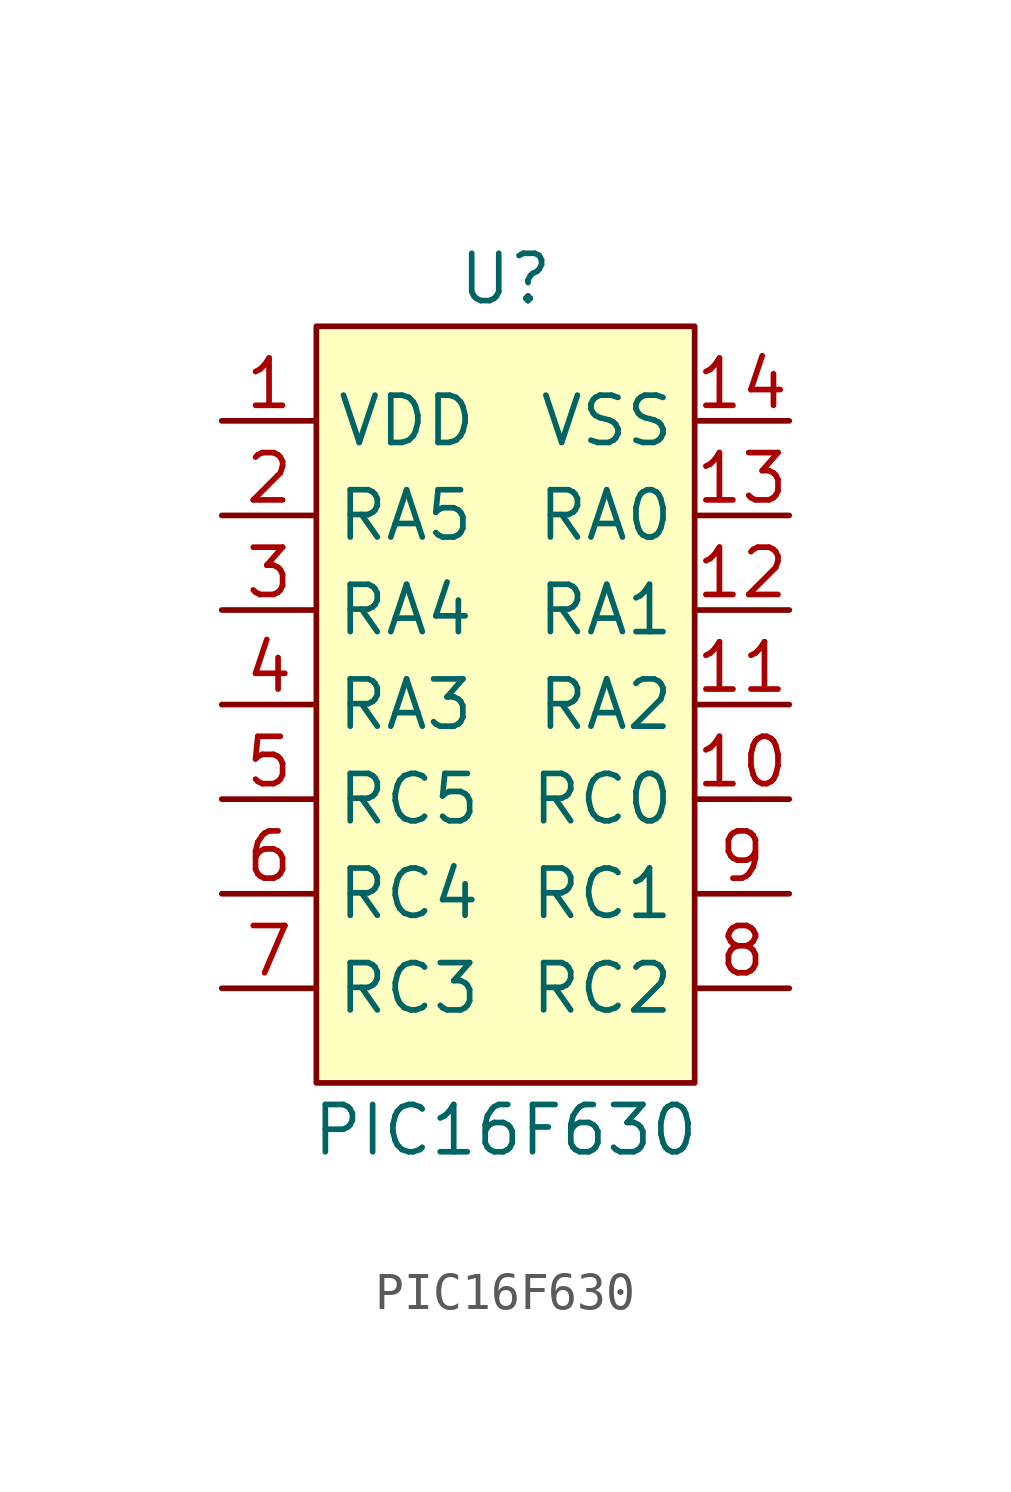
<source format=kicad_sym>
(kicad_symbol_lib
  (version 20211014)
  (generator kicad_symbol_editor)
  (symbol "PIC16F630"
    (property "Reference" "U"
      (at 0 11.43 0)
      (effects (font (size 1.27 1.27))))
    (property "Value" "PIC16F630"
      (at 0 -11.43 0)
      (effects (font (size 1.27 1.27))))
    (symbol "PIC16F630_0_1"
      (rectangle (start -5.08 10.16) (end 5.08 -10.16) (stroke (width 0) (type default) (color 0 0 0 0)) (fill (type background))))
    (symbol "PIC16F630_1_1"
      (pin power_in line (at -7.62 7.62 0) (length 2.54) (name "VDD" (effects (font (size 1.27 1.27)))) (number "1" (effects (font (size 1.27 1.27)))))
      (pin bidirectional line (at 7.62 -2.54 180) (length 2.54) (name "RC0" (effects (font (size 1.27 1.27)))) (number "10" (effects (font (size 1.27 1.27)))))
      (pin bidirectional line (at 7.62 0 180) (length 2.54) (name "RA2" (effects (font (size 1.27 1.27)))) (number "11" (effects (font (size 1.27 1.27)))))
      (pin bidirectional line (at 7.62 2.54 180) (length 2.54) (name "RA1" (effects (font (size 1.27 1.27)))) (number "12" (effects (font (size 1.27 1.27)))))
      (pin bidirectional line (at 7.62 5.08 180) (length 2.54) (name "RA0" (effects (font (size 1.27 1.27)))) (number "13" (effects (font (size 1.27 1.27)))))
      (pin power_in line (at 7.62 7.62 180) (length 2.54) (name "VSS" (effects (font (size 1.27 1.27)))) (number "14" (effects (font (size 1.27 1.27)))))
      (pin bidirectional line (at -7.62 5.08 0) (length 2.54) (name "RA5" (effects (font (size 1.27 1.27)))) (number "2" (effects (font (size 1.27 1.27)))))
      (pin bidirectional line (at -7.62 2.54 0) (length 2.54) (name "RA4" (effects (font (size 1.27 1.27)))) (number "3" (effects (font (size 1.27 1.27)))))
      (pin input line (at -7.62 0 0) (length 2.54) (name "RA3" (effects (font (size 1.27 1.27)))) (number "4" (effects (font (size 1.27 1.27)))))
      (pin bidirectional line (at -7.62 -2.54 0) (length 2.54) (name "RC5" (effects (font (size 1.27 1.27)))) (number "5" (effects (font (size 1.27 1.27)))))
      (pin bidirectional line (at -7.62 -5.08 0) (length 2.54) (name "RC4" (effects (font (size 1.27 1.27)))) (number "6" (effects (font (size 1.27 1.27)))))
      (pin bidirectional line (at -7.62 -7.62 0) (length 2.54) (name "RC3" (effects (font (size 1.27 1.27)))) (number "7" (effects (font (size 1.27 1.27)))))
      (pin bidirectional line (at 7.62 -7.62 180) (length 2.54) (name "RC2" (effects (font (size 1.27 1.27)))) (number "8" (effects (font (size 1.27 1.27)))))
      (pin bidirectional line (at 7.62 -5.08 180) (length 2.54) (name "RC1" (effects (font (size 1.27 1.27)))) (number "9" (effects (font (size 1.27 1.27))))))))
</source>
